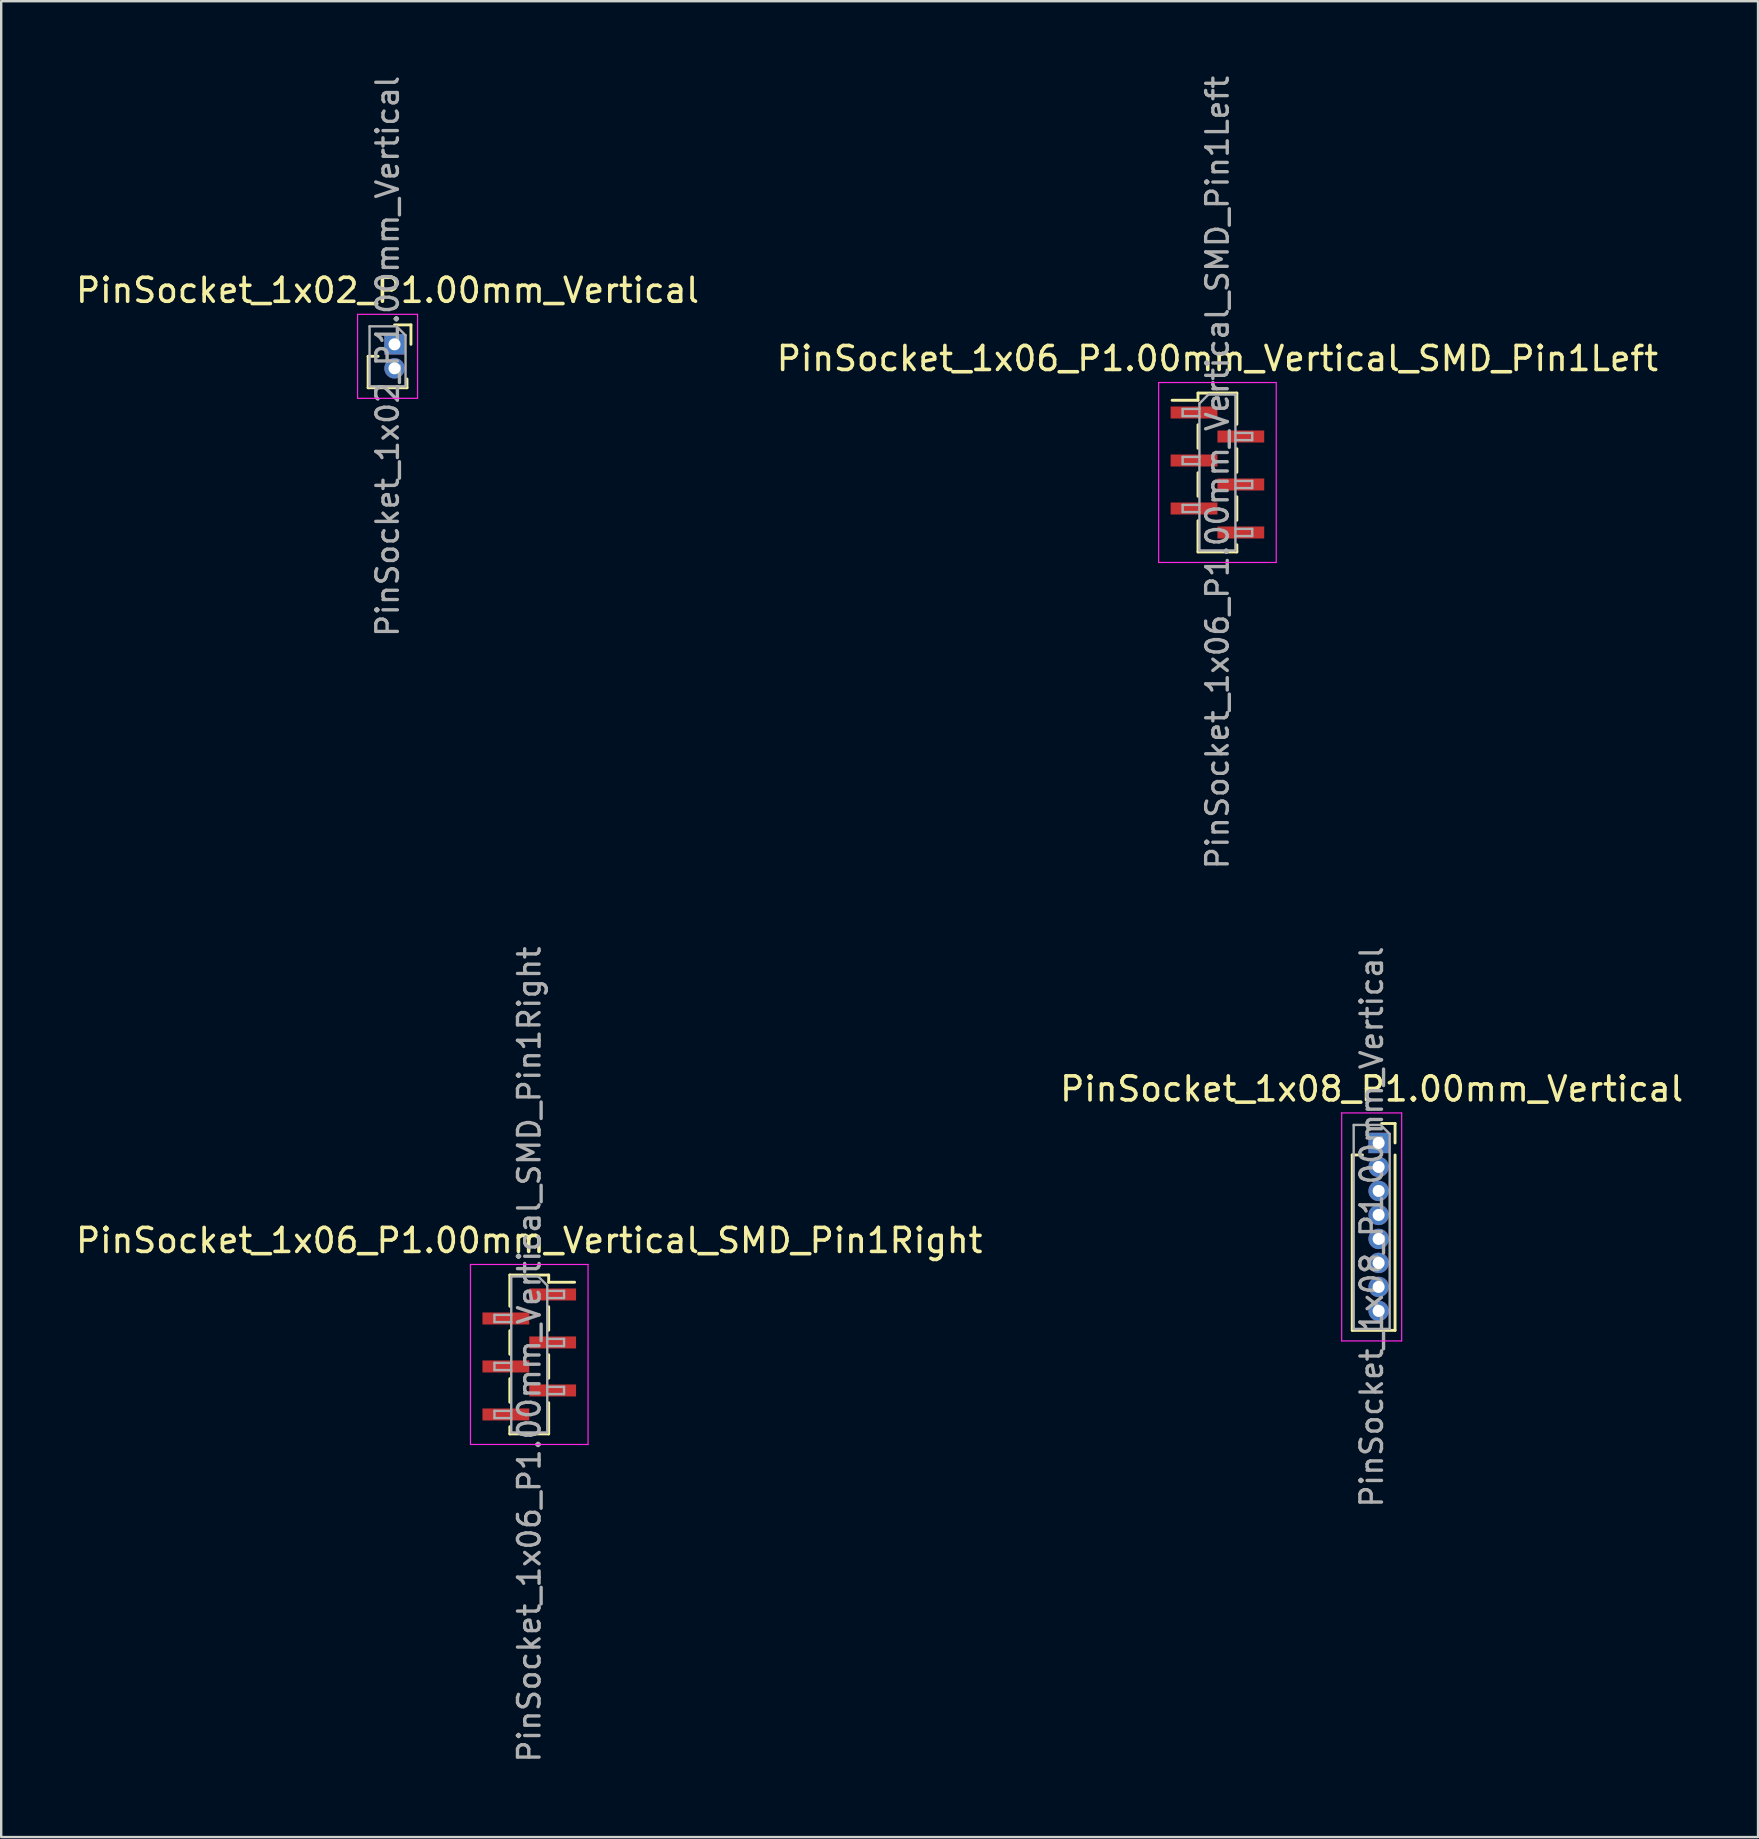
<source format=kicad_pcb>
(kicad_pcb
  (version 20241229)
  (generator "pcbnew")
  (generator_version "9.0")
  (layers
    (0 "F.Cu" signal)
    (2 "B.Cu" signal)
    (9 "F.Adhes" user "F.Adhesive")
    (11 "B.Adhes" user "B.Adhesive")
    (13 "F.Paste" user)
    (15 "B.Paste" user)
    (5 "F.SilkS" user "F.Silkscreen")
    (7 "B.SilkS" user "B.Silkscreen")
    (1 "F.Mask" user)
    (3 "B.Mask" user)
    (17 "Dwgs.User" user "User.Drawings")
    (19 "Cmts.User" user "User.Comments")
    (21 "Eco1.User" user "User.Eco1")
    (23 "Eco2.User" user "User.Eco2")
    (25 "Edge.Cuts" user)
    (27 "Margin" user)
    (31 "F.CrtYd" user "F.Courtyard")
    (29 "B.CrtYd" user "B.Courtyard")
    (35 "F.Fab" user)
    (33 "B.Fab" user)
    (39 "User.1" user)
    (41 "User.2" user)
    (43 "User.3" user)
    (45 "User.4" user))
  (footprint "PinSocket_1x06_P1.00mm_Vertical_SMD_Pin1Right"
    (layer "F.Cu")
    (at 19.006 53.396)
    (property "Reference" "PinSocket_1x06_P1.00mm_Vertical_SMD_Pin1Right" (at 0 -4.75 0) (layer "F.SilkS") (effects (font (size 1 1) (thickness 0.15))))
    (attr smd)
    (fp_line (start -0.81 -3.31) (end -0.81 -2.01) (stroke (width 0.12) (type solid)) (layer "F.SilkS"))
    (fp_line (start -0.81 -3.31) (end 0.81 -3.31) (stroke (width 0.12) (type solid)) (layer "F.SilkS"))
    (fp_line (start -0.81 -0.99) (end -0.81 -0.01) (stroke (width 0.12) (type solid)) (layer "F.SilkS"))
    (fp_line (start -0.81 1.01) (end -0.81 1.99) (stroke (width 0.12) (type solid)) (layer "F.SilkS"))
    (fp_line (start -0.81 3.01) (end -0.81 3.31) (stroke (width 0.12) (type solid)) (layer "F.SilkS"))
    (fp_line (start -0.81 3.31) (end 0.81 3.31) (stroke (width 0.12) (type solid)) (layer "F.SilkS"))
    (fp_line (start 0.81 -3.31) (end 0.81 -3.01) (stroke (width 0.12) (type solid)) (layer "F.SilkS"))
    (fp_line (start 0.81 -3.01) (end 1.89 -3.01) (stroke (width 0.12) (type solid)) (layer "F.SilkS"))
    (fp_line (start 0.81 -1.99) (end 0.81 -1.01) (stroke (width 0.12) (type solid)) (layer "F.SilkS"))
    (fp_line (start 0.81 0.01) (end 0.81 0.99) (stroke (width 0.12) (type solid)) (layer "F.SilkS"))
    (fp_line (start 0.81 2.01) (end 0.81 3.31) (stroke (width 0.12) (type solid)) (layer "F.SilkS"))
    (fp_line (start -2.45 -3.75) (end 2.45 -3.75) (stroke (width 0.05) (type solid)) (layer "F.CrtYd"))
    (fp_line (start -2.45 3.75) (end -2.45 -3.75) (stroke (width 0.05) (type solid)) (layer "F.CrtYd"))
    (fp_line (start 2.45 -3.75) (end 2.45 3.75) (stroke (width 0.05) (type solid)) (layer "F.CrtYd"))
    (fp_line (start 2.45 3.75) (end -2.45 3.75) (stroke (width 0.05) (type solid)) (layer "F.CrtYd"))
    (fp_line (start -1.45 -1.65) (end -0.75 -1.65) (stroke (width 0.1) (type solid)) (layer "F.Fab"))
    (fp_line (start -1.45 -1.35) (end -1.45 -1.65) (stroke (width 0.1) (type solid)) (layer "F.Fab"))
    (fp_line (start -1.45 0.35) (end -0.75 0.35) (stroke (width 0.1) (type solid)) (layer "F.Fab"))
    (fp_line (start -1.45 0.65) (end -1.45 0.35) (stroke (width 0.1) (type solid)) (layer "F.Fab"))
    (fp_line (start -1.45 2.35) (end -0.75 2.35) (stroke (width 0.1) (type solid)) (layer "F.Fab"))
    (fp_line (start -1.45 2.65) (end -1.45 2.35) (stroke (width 0.1) (type solid)) (layer "F.Fab"))
    (fp_line (start -0.75 -3.25) (end 0.375 -3.25) (stroke (width 0.1) (type solid)) (layer "F.Fab"))
    (fp_line (start -0.75 -1.35) (end -1.45 -1.35) (stroke (width 0.1) (type solid)) (layer "F.Fab"))
    (fp_line (start -0.75 0.65) (end -1.45 0.65) (stroke (width 0.1) (type solid)) (layer "F.Fab"))
    (fp_line (start -0.75 2.65) (end -1.45 2.65) (stroke (width 0.1) (type solid)) (layer "F.Fab"))
    (fp_line (start -0.75 3.25) (end -0.75 -3.25) (stroke (width 0.1) (type solid)) (layer "F.Fab"))
    (fp_line (start 0.375 -3.25) (end 0.75 -2.875) (stroke (width 0.1) (type solid)) (layer "F.Fab"))
    (fp_line (start 0.75 -2.875) (end 0.75 3.25) (stroke (width 0.1) (type solid)) (layer "F.Fab"))
    (fp_line (start 0.75 -2.65) (end 1.45 -2.65) (stroke (width 0.1) (type solid)) (layer "F.Fab"))
    (fp_line (start 0.75 -0.65) (end 1.45 -0.65) (stroke (width 0.1) (type solid)) (layer "F.Fab"))
    (fp_line (start 0.75 1.35) (end 1.45 1.35) (stroke (width 0.1) (type solid)) (layer "F.Fab"))
    (fp_line (start 0.75 3.25) (end -0.75 3.25) (stroke (width 0.1) (type solid)) (layer "F.Fab"))
    (fp_line (start 1.45 -2.65) (end 1.45 -2.35) (stroke (width 0.1) (type solid)) (layer "F.Fab"))
    (fp_line (start 1.45 -2.35) (end 0.75 -2.35) (stroke (width 0.1) (type solid)) (layer "F.Fab"))
    (fp_line (start 1.45 -0.65) (end 1.45 -0.35) (stroke (width 0.1) (type solid)) (layer "F.Fab"))
    (fp_line (start 1.45 -0.35) (end 0.75 -0.35) (stroke (width 0.1) (type solid)) (layer "F.Fab"))
    (fp_line (start 1.45 1.35) (end 1.45 1.65) (stroke (width 0.1) (type solid)) (layer "F.Fab"))
    (fp_line (start 1.45 1.65) (end 0.75 1.65) (stroke (width 0.1) (type solid)) (layer "F.Fab"))
    (fp_text user "${REFERENCE}" (at 0 0 90) (layer "F.Fab") (effects (font (size 0.9 0.9) (thickness 0.14))))
    (pad "1" smd rect (at 0.975 -2.5) (size 1.95 0.5) (layers "F.Cu" "F.Mask" "F.Paste"))
    (pad "2" smd rect (at -0.975 -1.5) (size 1.95 0.5) (layers "F.Cu" "F.Mask" "F.Paste"))
    (pad "3" smd rect (at 0.975 -0.5) (size 1.95 0.5) (layers "F.Cu" "F.Mask" "F.Paste"))
    (pad "4" smd rect (at -0.975 0.5) (size 1.95 0.5) (layers "F.Cu" "F.Mask" "F.Paste"))
    (pad "5" smd rect (at 0.975 1.5) (size 1.95 0.5) (layers "F.Cu" "F.Mask" "F.Paste"))
    (pad "6" smd rect (at -0.975 2.5) (size 1.95 0.5) (layers "F.Cu" "F.Mask" "F.Paste")))
  (footprint "PinSocket_1x02_P1.00mm_Vertical"
    (layer "F.Cu")
    (at 13.391 11.299)
    (property "Reference" "PinSocket_1x02_P1.00mm_Vertical" (at -0.29 -2.25 0) (layer "F.SilkS") (effects (font (size 1 1) (thickness 0.15))))
    (attr through_hole)
    (fp_line (start -1.1 0.5) (end -1.1 1.81) (stroke (width 0.12) (type solid)) (layer "F.SilkS"))
    (fp_line (start -1.1 0.5) (end -0.685 0.5) (stroke (width 0.12) (type solid)) (layer "F.SilkS"))
    (fp_line (start -1.1 1.81) (end 0.52 1.81) (stroke (width 0.12) (type solid)) (layer "F.SilkS"))
    (fp_line (start 0 -0.81) (end 0.685 -0.81) (stroke (width 0.12) (type solid)) (layer "F.SilkS"))
    (fp_line (start 0.52 1.446) (end 0.52 1.81) (stroke (width 0.12) (type solid)) (layer "F.SilkS"))
    (fp_line (start 0.685 -0.81) (end 0.685 0) (stroke (width 0.12) (type solid)) (layer "F.SilkS"))
    (fp_line (start -1.54 -1.25) (end 0.96 -1.25) (stroke (width 0.05) (type solid)) (layer "F.CrtYd"))
    (fp_line (start -1.54 2.25) (end -1.54 -1.25) (stroke (width 0.05) (type solid)) (layer "F.CrtYd"))
    (fp_line (start 0.96 -1.25) (end 0.96 2.25) (stroke (width 0.05) (type solid)) (layer "F.CrtYd"))
    (fp_line (start 0.96 2.25) (end -1.54 2.25) (stroke (width 0.05) (type solid)) (layer "F.CrtYd"))
    (fp_line (start -1.04 -0.75) (end 0.085 -0.75) (stroke (width 0.1) (type solid)) (layer "F.Fab"))
    (fp_line (start -1.04 1.75) (end -1.04 -0.75) (stroke (width 0.1) (type solid)) (layer "F.Fab"))
    (fp_line (start 0.085 -0.75) (end 0.46 -0.375) (stroke (width 0.1) (type solid)) (layer "F.Fab"))
    (fp_line (start 0.46 -0.375) (end 0.46 1.75) (stroke (width 0.1) (type solid)) (layer "F.Fab"))
    (fp_line (start 0.46 1.75) (end -1.04 1.75) (stroke (width 0.1) (type solid)) (layer "F.Fab"))
    (fp_text user "${REFERENCE}" (at -0.29 0.5 90) (layer "F.Fab") (effects (font (size 0.9 0.9) (thickness 0.14))))
    (pad "1" thru_hole rect (at 0 0) (size 0.85 0.85) (drill 0.5) (layers "*.Cu" "*.Mask"))
    (pad "2" thru_hole oval (at 0 1) (size 0.85 0.85) (drill 0.5) (layers "*.Cu" "*.Mask")))
  (footprint "PinSocket_1x08_P1.00mm_Vertical"
    (layer "F.Cu")
    (at 54.403 44.581)
    (property "Reference" "PinSocket_1x08_P1.00mm_Vertical" (at -0.29 -2.25 0) (layer "F.SilkS") (effects (font (size 1 1) (thickness 0.15))))
    (attr through_hole)
    (fp_line (start -1.1 0.5) (end -1.1 7.81) (stroke (width 0.12) (type solid)) (layer "F.SilkS"))
    (fp_line (start -1.1 0.5) (end -0.674 0.5) (stroke (width 0.12) (type solid)) (layer "F.SilkS"))
    (fp_line (start -1.1 7.81) (end 0.685 7.81) (stroke (width 0.12) (type solid)) (layer "F.SilkS"))
    (fp_line (start 0.125 -0.81) (end 0.685 -0.81) (stroke (width 0.12) (type solid)) (layer "F.SilkS"))
    (fp_line (start 0.685 -0.81) (end 0.685 0) (stroke (width 0.12) (type solid)) (layer "F.SilkS"))
    (fp_line (start 0.685 0.5) (end 0.685 7.81) (stroke (width 0.12) (type solid)) (layer "F.SilkS"))
    (fp_line (start -1.54 -1.25) (end 0.96 -1.25) (stroke (width 0.05) (type solid)) (layer "F.CrtYd"))
    (fp_line (start -1.54 8.25) (end -1.54 -1.25) (stroke (width 0.05) (type solid)) (layer "F.CrtYd"))
    (fp_line (start 0.96 -1.25) (end 0.96 8.25) (stroke (width 0.05) (type solid)) (layer "F.CrtYd"))
    (fp_line (start 0.96 8.25) (end -1.54 8.25) (stroke (width 0.05) (type solid)) (layer "F.CrtYd"))
    (fp_line (start -1.04 -0.75) (end 0.085 -0.75) (stroke (width 0.1) (type solid)) (layer "F.Fab"))
    (fp_line (start -1.04 7.75) (end -1.04 -0.75) (stroke (width 0.1) (type solid)) (layer "F.Fab"))
    (fp_line (start 0.085 -0.75) (end 0.46 -0.375) (stroke (width 0.1) (type solid)) (layer "F.Fab"))
    (fp_line (start 0.46 -0.375) (end 0.46 7.75) (stroke (width 0.1) (type solid)) (layer "F.Fab"))
    (fp_line (start 0.46 7.75) (end -1.04 7.75) (stroke (width 0.1) (type solid)) (layer "F.Fab"))
    (fp_text user "${REFERENCE}" (at -0.29 3.5 90) (layer "F.Fab") (effects (font (size 0.9 0.9) (thickness 0.14))))
    (pad "1" thru_hole rect (at 0 0) (size 0.85 0.85) (drill 0.5) (layers "*.Cu" "*.Mask"))
    (pad "2" thru_hole oval (at 0 1) (size 0.85 0.85) (drill 0.5) (layers "*.Cu" "*.Mask"))
    (pad "3" thru_hole oval (at 0 2) (size 0.85 0.85) (drill 0.5) (layers "*.Cu" "*.Mask"))
    (pad "4" thru_hole oval (at 0 3) (size 0.85 0.85) (drill 0.5) (layers "*.Cu" "*.Mask"))
    (pad "5" thru_hole oval (at 0 4) (size 0.85 0.85) (drill 0.5) (layers "*.Cu" "*.Mask"))
    (pad "6" thru_hole oval (at 0 5) (size 0.85 0.85) (drill 0.5) (layers "*.Cu" "*.Mask"))
    (pad "7" thru_hole oval (at 0 6) (size 0.85 0.85) (drill 0.5) (layers "*.Cu" "*.Mask"))
    (pad "8" thru_hole oval (at 0 7) (size 0.85 0.85) (drill 0.5) (layers "*.Cu" "*.Mask")))
  (footprint "PinSocket_1x06_P1.00mm_Vertical_SMD_Pin1Left"
    (layer "F.Cu")
    (at 47.685 16.641)
    (property "Reference" "PinSocket_1x06_P1.00mm_Vertical_SMD_Pin1Left" (at 0 -4.75 0) (layer "F.SilkS") (effects (font (size 1 1) (thickness 0.15))))
    (attr smd)
    (fp_line (start -1.89 -3.01) (end -0.81 -3.01) (stroke (width 0.12) (type solid)) (layer "F.SilkS"))
    (fp_line (start -0.81 -3.31) (end -0.81 -3.01) (stroke (width 0.12) (type solid)) (layer "F.SilkS"))
    (fp_line (start -0.81 -3.31) (end 0.81 -3.31) (stroke (width 0.12) (type solid)) (layer "F.SilkS"))
    (fp_line (start -0.81 -1.99) (end -0.81 -1.01) (stroke (width 0.12) (type solid)) (layer "F.SilkS"))
    (fp_line (start -0.81 0.01) (end -0.81 0.99) (stroke (width 0.12) (type solid)) (layer "F.SilkS"))
    (fp_line (start -0.81 2.01) (end -0.81 3.31) (stroke (width 0.12) (type solid)) (layer "F.SilkS"))
    (fp_line (start -0.81 3.31) (end 0.81 3.31) (stroke (width 0.12) (type solid)) (layer "F.SilkS"))
    (fp_line (start 0.81 -3.31) (end 0.81 -2.01) (stroke (width 0.12) (type solid)) (layer "F.SilkS"))
    (fp_line (start 0.81 -0.99) (end 0.81 -0.01) (stroke (width 0.12) (type solid)) (layer "F.SilkS"))
    (fp_line (start 0.81 1.01) (end 0.81 1.99) (stroke (width 0.12) (type solid)) (layer "F.SilkS"))
    (fp_line (start 0.81 3.01) (end 0.81 3.31) (stroke (width 0.12) (type solid)) (layer "F.SilkS"))
    (fp_line (start -2.45 -3.75) (end 2.45 -3.75) (stroke (width 0.05) (type solid)) (layer "F.CrtYd"))
    (fp_line (start -2.45 3.75) (end -2.45 -3.75) (stroke (width 0.05) (type solid)) (layer "F.CrtYd"))
    (fp_line (start 2.45 -3.75) (end 2.45 3.75) (stroke (width 0.05) (type solid)) (layer "F.CrtYd"))
    (fp_line (start 2.45 3.75) (end -2.45 3.75) (stroke (width 0.05) (type solid)) (layer "F.CrtYd"))
    (fp_line (start -1.45 -2.65) (end -0.75 -2.65) (stroke (width 0.1) (type solid)) (layer "F.Fab"))
    (fp_line (start -1.45 -2.35) (end -1.45 -2.65) (stroke (width 0.1) (type solid)) (layer "F.Fab"))
    (fp_line (start -1.45 -0.65) (end -0.75 -0.65) (stroke (width 0.1) (type solid)) (layer "F.Fab"))
    (fp_line (start -1.45 -0.35) (end -1.45 -0.65) (stroke (width 0.1) (type solid)) (layer "F.Fab"))
    (fp_line (start -1.45 1.35) (end -0.75 1.35) (stroke (width 0.1) (type solid)) (layer "F.Fab"))
    (fp_line (start -1.45 1.65) (end -1.45 1.35) (stroke (width 0.1) (type solid)) (layer "F.Fab"))
    (fp_line (start -0.75 -2.875) (end -0.375 -3.25) (stroke (width 0.1) (type solid)) (layer "F.Fab"))
    (fp_line (start -0.75 -2.35) (end -1.45 -2.35) (stroke (width 0.1) (type solid)) (layer "F.Fab"))
    (fp_line (start -0.75 -0.35) (end -1.45 -0.35) (stroke (width 0.1) (type solid)) (layer "F.Fab"))
    (fp_line (start -0.75 1.65) (end -1.45 1.65) (stroke (width 0.1) (type solid)) (layer "F.Fab"))
    (fp_line (start -0.75 3.25) (end -0.75 -2.875) (stroke (width 0.1) (type solid)) (layer "F.Fab"))
    (fp_line (start -0.375 -3.25) (end 0.75 -3.25) (stroke (width 0.1) (type solid)) (layer "F.Fab"))
    (fp_line (start 0.75 -3.25) (end 0.75 3.25) (stroke (width 0.1) (type solid)) (layer "F.Fab"))
    (fp_line (start 0.75 -1.65) (end 1.45 -1.65) (stroke (width 0.1) (type solid)) (layer "F.Fab"))
    (fp_line (start 0.75 0.35) (end 1.45 0.35) (stroke (width 0.1) (type solid)) (layer "F.Fab"))
    (fp_line (start 0.75 2.35) (end 1.45 2.35) (stroke (width 0.1) (type solid)) (layer "F.Fab"))
    (fp_line (start 0.75 3.25) (end -0.75 3.25) (stroke (width 0.1) (type solid)) (layer "F.Fab"))
    (fp_line (start 1.45 -1.65) (end 1.45 -1.35) (stroke (width 0.1) (type solid)) (layer "F.Fab"))
    (fp_line (start 1.45 -1.35) (end 0.75 -1.35) (stroke (width 0.1) (type solid)) (layer "F.Fab"))
    (fp_line (start 1.45 0.35) (end 1.45 0.65) (stroke (width 0.1) (type solid)) (layer "F.Fab"))
    (fp_line (start 1.45 0.65) (end 0.75 0.65) (stroke (width 0.1) (type solid)) (layer "F.Fab"))
    (fp_line (start 1.45 2.35) (end 1.45 2.65) (stroke (width 0.1) (type solid)) (layer "F.Fab"))
    (fp_line (start 1.45 2.65) (end 0.75 2.65) (stroke (width 0.1) (type solid)) (layer "F.Fab"))
    (fp_text user "${REFERENCE}" (at 0 0 90) (layer "F.Fab") (effects (font (size 0.9 0.9) (thickness 0.14))))
    (pad "1" smd rect (at -0.975 -2.5) (size 1.95 0.5) (layers "F.Cu" "F.Mask" "F.Paste"))
    (pad "2" smd rect (at 0.975 -1.5) (size 1.95 0.5) (layers "F.Cu" "F.Mask" "F.Paste"))
    (pad "3" smd rect (at -0.975 -0.5) (size 1.95 0.5) (layers "F.Cu" "F.Mask" "F.Paste"))
    (pad "4" smd rect (at 0.975 0.5) (size 1.95 0.5) (layers "F.Cu" "F.Mask" "F.Paste"))
    (pad "5" smd rect (at -0.975 1.5) (size 1.95 0.5) (layers "F.Cu" "F.Mask" "F.Paste"))
    (pad "6" smd rect (at 0.975 2.5) (size 1.95 0.5) (layers "F.Cu" "F.Mask" "F.Paste")))
  (gr_rect
    (start -3 -3)
    (end 70.214 73.509)
    (stroke (width 0.1) (type default))
    (fill no)
    (layer "Edge.Cuts")))
</source>
